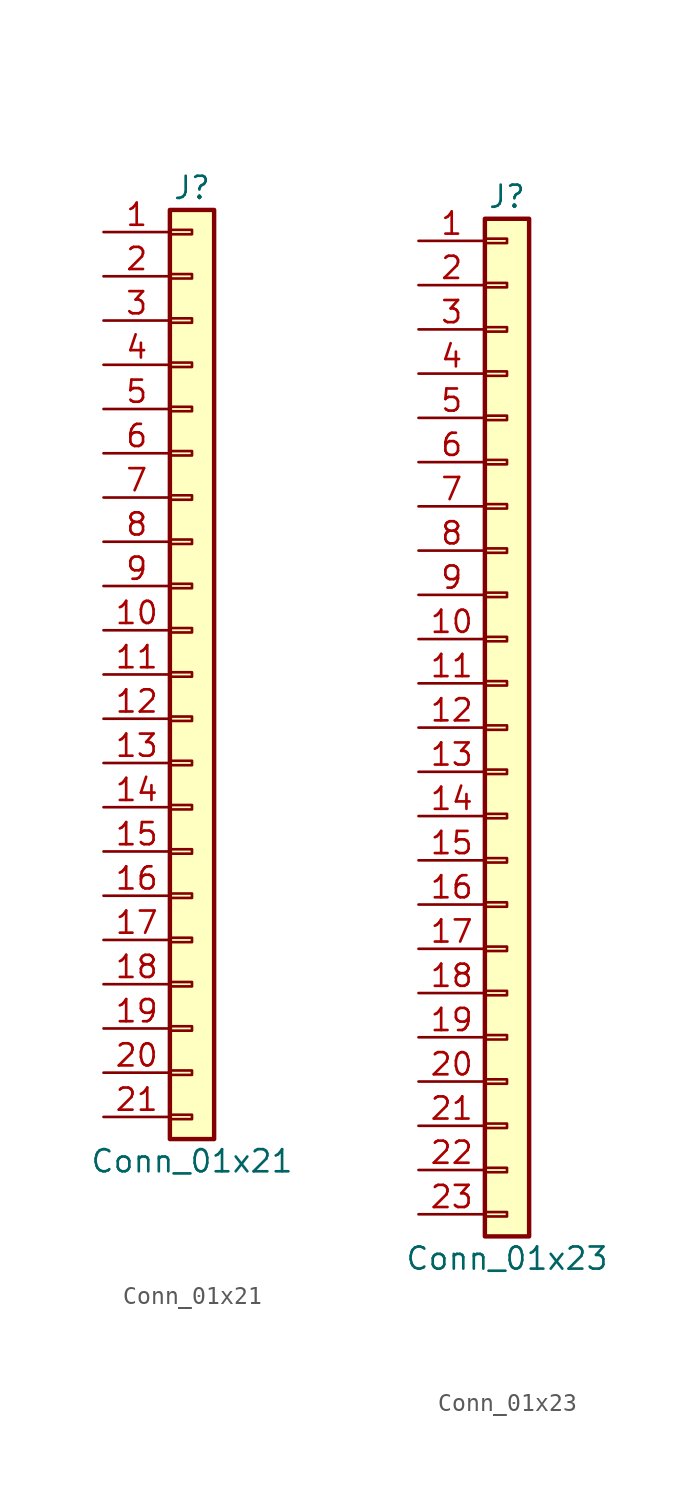
<source format=kicad_sym>
(kicad_symbol_lib
  (version 20211014)
  (generator kicad_symbol_editor)
  (symbol "Conn_01x21"
    (pin_names
      (offset 1.016) hide)
    (property "Reference" "J"
      (at 0 27.94 0)
      (effects (font (size 1.27 1.27))))
    (property "Value" "Conn_01x21"
      (at 0 -27.94 0)
      (effects (font (size 1.27 1.27))))
    (symbol "Conn_01x21_1_1"
      (rectangle (start -1.27 -25.273) (end 0 -25.527) (stroke (width 0.152) (type default) (color 0 0 0 0)) (fill (type none)))
      (rectangle (start -1.27 -22.733) (end 0 -22.987) (stroke (width 0.152) (type default) (color 0 0 0 0)) (fill (type none)))
      (rectangle (start -1.27 -20.193) (end 0 -20.447) (stroke (width 0.152) (type default) (color 0 0 0 0)) (fill (type none)))
      (rectangle (start -1.27 -17.653) (end 0 -17.907) (stroke (width 0.152) (type default) (color 0 0 0 0)) (fill (type none)))
      (rectangle (start -1.27 -15.113) (end 0 -15.367) (stroke (width 0.152) (type default) (color 0 0 0 0)) (fill (type none)))
      (rectangle (start -1.27 -12.573) (end 0 -12.827) (stroke (width 0.152) (type default) (color 0 0 0 0)) (fill (type none)))
      (rectangle (start -1.27 -10.033) (end 0 -10.287) (stroke (width 0.152) (type default) (color 0 0 0 0)) (fill (type none)))
      (rectangle (start -1.27 -7.493) (end 0 -7.747) (stroke (width 0.152) (type default) (color 0 0 0 0)) (fill (type none)))
      (rectangle (start -1.27 -4.953) (end 0 -5.207) (stroke (width 0.152) (type default) (color 0 0 0 0)) (fill (type none)))
      (rectangle (start -1.27 -2.413) (end 0 -2.667) (stroke (width 0.152) (type default) (color 0 0 0 0)) (fill (type none)))
      (rectangle (start -1.27 0.127) (end 0 -0.127) (stroke (width 0.152) (type default) (color 0 0 0 0)) (fill (type none)))
      (rectangle (start -1.27 2.667) (end 0 2.413) (stroke (width 0.152) (type default) (color 0 0 0 0)) (fill (type none)))
      (rectangle (start -1.27 5.207) (end 0 4.953) (stroke (width 0.152) (type default) (color 0 0 0 0)) (fill (type none)))
      (rectangle (start -1.27 7.747) (end 0 7.493) (stroke (width 0.152) (type default) (color 0 0 0 0)) (fill (type none)))
      (rectangle (start -1.27 10.287) (end 0 10.033) (stroke (width 0.152) (type default) (color 0 0 0 0)) (fill (type none)))
      (rectangle (start -1.27 12.827) (end 0 12.573) (stroke (width 0.152) (type default) (color 0 0 0 0)) (fill (type none)))
      (rectangle (start -1.27 15.367) (end 0 15.113) (stroke (width 0.152) (type default) (color 0 0 0 0)) (fill (type none)))
      (rectangle (start -1.27 17.907) (end 0 17.653) (stroke (width 0.152) (type default) (color 0 0 0 0)) (fill (type none)))
      (rectangle (start -1.27 20.447) (end 0 20.193) (stroke (width 0.152) (type default) (color 0 0 0 0)) (fill (type none)))
      (rectangle (start -1.27 22.987) (end 0 22.733) (stroke (width 0.152) (type default) (color 0 0 0 0)) (fill (type none)))
      (rectangle (start -1.27 25.527) (end 0 25.273) (stroke (width 0.152) (type default) (color 0 0 0 0)) (fill (type none)))
      (rectangle (start -1.27 26.67) (end 1.27 -26.67) (stroke (width 0.254) (type default) (color 0 0 0 0)) (fill (type background)))
      (pin passive line (at -5.08 25.4 0) (length 3.81) (name "Pin_1" (effects (font (size 1.27 1.27)))) (number "1" (effects (font (size 1.27 1.27)))))
      (pin passive line (at -5.08 2.54 0) (length 3.81) (name "Pin_10" (effects (font (size 1.27 1.27)))) (number "10" (effects (font (size 1.27 1.27)))))
      (pin passive line (at -5.08 0 0) (length 3.81) (name "Pin_11" (effects (font (size 1.27 1.27)))) (number "11" (effects (font (size 1.27 1.27)))))
      (pin passive line (at -5.08 -2.54 0) (length 3.81) (name "Pin_12" (effects (font (size 1.27 1.27)))) (number "12" (effects (font (size 1.27 1.27)))))
      (pin passive line (at -5.08 -5.08 0) (length 3.81) (name "Pin_13" (effects (font (size 1.27 1.27)))) (number "13" (effects (font (size 1.27 1.27)))))
      (pin passive line (at -5.08 -7.62 0) (length 3.81) (name "Pin_14" (effects (font (size 1.27 1.27)))) (number "14" (effects (font (size 1.27 1.27)))))
      (pin passive line (at -5.08 -10.16 0) (length 3.81) (name "Pin_15" (effects (font (size 1.27 1.27)))) (number "15" (effects (font (size 1.27 1.27)))))
      (pin passive line (at -5.08 -12.7 0) (length 3.81) (name "Pin_16" (effects (font (size 1.27 1.27)))) (number "16" (effects (font (size 1.27 1.27)))))
      (pin passive line (at -5.08 -15.24 0) (length 3.81) (name "Pin_17" (effects (font (size 1.27 1.27)))) (number "17" (effects (font (size 1.27 1.27)))))
      (pin passive line (at -5.08 -17.78 0) (length 3.81) (name "Pin_18" (effects (font (size 1.27 1.27)))) (number "18" (effects (font (size 1.27 1.27)))))
      (pin passive line (at -5.08 -20.32 0) (length 3.81) (name "Pin_19" (effects (font (size 1.27 1.27)))) (number "19" (effects (font (size 1.27 1.27)))))
      (pin passive line (at -5.08 22.86 0) (length 3.81) (name "Pin_2" (effects (font (size 1.27 1.27)))) (number "2" (effects (font (size 1.27 1.27)))))
      (pin passive line (at -5.08 -22.86 0) (length 3.81) (name "Pin_20" (effects (font (size 1.27 1.27)))) (number "20" (effects (font (size 1.27 1.27)))))
      (pin passive line (at -5.08 -25.4 0) (length 3.81) (name "Pin_21" (effects (font (size 1.27 1.27)))) (number "21" (effects (font (size 1.27 1.27)))))
      (pin passive line (at -5.08 20.32 0) (length 3.81) (name "Pin_3" (effects (font (size 1.27 1.27)))) (number "3" (effects (font (size 1.27 1.27)))))
      (pin passive line (at -5.08 17.78 0) (length 3.81) (name "Pin_4" (effects (font (size 1.27 1.27)))) (number "4" (effects (font (size 1.27 1.27)))))
      (pin passive line (at -5.08 15.24 0) (length 3.81) (name "Pin_5" (effects (font (size 1.27 1.27)))) (number "5" (effects (font (size 1.27 1.27)))))
      (pin passive line (at -5.08 12.7 0) (length 3.81) (name "Pin_6" (effects (font (size 1.27 1.27)))) (number "6" (effects (font (size 1.27 1.27)))))
      (pin passive line (at -5.08 10.16 0) (length 3.81) (name "Pin_7" (effects (font (size 1.27 1.27)))) (number "7" (effects (font (size 1.27 1.27)))))
      (pin passive line (at -5.08 7.62 0) (length 3.81) (name "Pin_8" (effects (font (size 1.27 1.27)))) (number "8" (effects (font (size 1.27 1.27)))))
      (pin passive line (at -5.08 5.08 0) (length 3.81) (name "Pin_9" (effects (font (size 1.27 1.27)))) (number "9" (effects (font (size 1.27 1.27)))))))
  (symbol "Conn_01x23"
    (pin_names
      (offset 1.016) hide)
    (property "Reference" "J"
      (at 0 30.48 0)
      (effects (font (size 1.27 1.27))))
    (property "Value" "Conn_01x23"
      (at 0 -30.48 0)
      (effects (font (size 1.27 1.27))))
    (symbol "Conn_01x23_1_1"
      (rectangle (start -1.27 -27.813) (end 0 -28.067) (stroke (width 0.152) (type default) (color 0 0 0 0)) (fill (type none)))
      (rectangle (start -1.27 -25.273) (end 0 -25.527) (stroke (width 0.152) (type default) (color 0 0 0 0)) (fill (type none)))
      (rectangle (start -1.27 -22.733) (end 0 -22.987) (stroke (width 0.152) (type default) (color 0 0 0 0)) (fill (type none)))
      (rectangle (start -1.27 -20.193) (end 0 -20.447) (stroke (width 0.152) (type default) (color 0 0 0 0)) (fill (type none)))
      (rectangle (start -1.27 -17.653) (end 0 -17.907) (stroke (width 0.152) (type default) (color 0 0 0 0)) (fill (type none)))
      (rectangle (start -1.27 -15.113) (end 0 -15.367) (stroke (width 0.152) (type default) (color 0 0 0 0)) (fill (type none)))
      (rectangle (start -1.27 -12.573) (end 0 -12.827) (stroke (width 0.152) (type default) (color 0 0 0 0)) (fill (type none)))
      (rectangle (start -1.27 -10.033) (end 0 -10.287) (stroke (width 0.152) (type default) (color 0 0 0 0)) (fill (type none)))
      (rectangle (start -1.27 -7.493) (end 0 -7.747) (stroke (width 0.152) (type default) (color 0 0 0 0)) (fill (type none)))
      (rectangle (start -1.27 -4.953) (end 0 -5.207) (stroke (width 0.152) (type default) (color 0 0 0 0)) (fill (type none)))
      (rectangle (start -1.27 -2.413) (end 0 -2.667) (stroke (width 0.152) (type default) (color 0 0 0 0)) (fill (type none)))
      (rectangle (start -1.27 0.127) (end 0 -0.127) (stroke (width 0.152) (type default) (color 0 0 0 0)) (fill (type none)))
      (rectangle (start -1.27 2.667) (end 0 2.413) (stroke (width 0.152) (type default) (color 0 0 0 0)) (fill (type none)))
      (rectangle (start -1.27 5.207) (end 0 4.953) (stroke (width 0.152) (type default) (color 0 0 0 0)) (fill (type none)))
      (rectangle (start -1.27 7.747) (end 0 7.493) (stroke (width 0.152) (type default) (color 0 0 0 0)) (fill (type none)))
      (rectangle (start -1.27 10.287) (end 0 10.033) (stroke (width 0.152) (type default) (color 0 0 0 0)) (fill (type none)))
      (rectangle (start -1.27 12.827) (end 0 12.573) (stroke (width 0.152) (type default) (color 0 0 0 0)) (fill (type none)))
      (rectangle (start -1.27 15.367) (end 0 15.113) (stroke (width 0.152) (type default) (color 0 0 0 0)) (fill (type none)))
      (rectangle (start -1.27 17.907) (end 0 17.653) (stroke (width 0.152) (type default) (color 0 0 0 0)) (fill (type none)))
      (rectangle (start -1.27 20.447) (end 0 20.193) (stroke (width 0.152) (type default) (color 0 0 0 0)) (fill (type none)))
      (rectangle (start -1.27 22.987) (end 0 22.733) (stroke (width 0.152) (type default) (color 0 0 0 0)) (fill (type none)))
      (rectangle (start -1.27 25.527) (end 0 25.273) (stroke (width 0.152) (type default) (color 0 0 0 0)) (fill (type none)))
      (rectangle (start -1.27 28.067) (end 0 27.813) (stroke (width 0.152) (type default) (color 0 0 0 0)) (fill (type none)))
      (rectangle (start -1.27 29.21) (end 1.27 -29.21) (stroke (width 0.254) (type default) (color 0 0 0 0)) (fill (type background)))
      (pin passive line (at -5.08 27.94 0) (length 3.81) (name "Pin_1" (effects (font (size 1.27 1.27)))) (number "1" (effects (font (size 1.27 1.27)))))
      (pin passive line (at -5.08 5.08 0) (length 3.81) (name "Pin_10" (effects (font (size 1.27 1.27)))) (number "10" (effects (font (size 1.27 1.27)))))
      (pin passive line (at -5.08 2.54 0) (length 3.81) (name "Pin_11" (effects (font (size 1.27 1.27)))) (number "11" (effects (font (size 1.27 1.27)))))
      (pin passive line (at -5.08 0 0) (length 3.81) (name "Pin_12" (effects (font (size 1.27 1.27)))) (number "12" (effects (font (size 1.27 1.27)))))
      (pin passive line (at -5.08 -2.54 0) (length 3.81) (name "Pin_13" (effects (font (size 1.27 1.27)))) (number "13" (effects (font (size 1.27 1.27)))))
      (pin passive line (at -5.08 -5.08 0) (length 3.81) (name "Pin_14" (effects (font (size 1.27 1.27)))) (number "14" (effects (font (size 1.27 1.27)))))
      (pin passive line (at -5.08 -7.62 0) (length 3.81) (name "Pin_15" (effects (font (size 1.27 1.27)))) (number "15" (effects (font (size 1.27 1.27)))))
      (pin passive line (at -5.08 -10.16 0) (length 3.81) (name "Pin_16" (effects (font (size 1.27 1.27)))) (number "16" (effects (font (size 1.27 1.27)))))
      (pin passive line (at -5.08 -12.7 0) (length 3.81) (name "Pin_17" (effects (font (size 1.27 1.27)))) (number "17" (effects (font (size 1.27 1.27)))))
      (pin passive line (at -5.08 -15.24 0) (length 3.81) (name "Pin_18" (effects (font (size 1.27 1.27)))) (number "18" (effects (font (size 1.27 1.27)))))
      (pin passive line (at -5.08 -17.78 0) (length 3.81) (name "Pin_19" (effects (font (size 1.27 1.27)))) (number "19" (effects (font (size 1.27 1.27)))))
      (pin passive line (at -5.08 25.4 0) (length 3.81) (name "Pin_2" (effects (font (size 1.27 1.27)))) (number "2" (effects (font (size 1.27 1.27)))))
      (pin passive line (at -5.08 -20.32 0) (length 3.81) (name "Pin_20" (effects (font (size 1.27 1.27)))) (number "20" (effects (font (size 1.27 1.27)))))
      (pin passive line (at -5.08 -22.86 0) (length 3.81) (name "Pin_21" (effects (font (size 1.27 1.27)))) (number "21" (effects (font (size 1.27 1.27)))))
      (pin passive line (at -5.08 -25.4 0) (length 3.81) (name "Pin_22" (effects (font (size 1.27 1.27)))) (number "22" (effects (font (size 1.27 1.27)))))
      (pin passive line (at -5.08 -27.94 0) (length 3.81) (name "Pin_23" (effects (font (size 1.27 1.27)))) (number "23" (effects (font (size 1.27 1.27)))))
      (pin passive line (at -5.08 22.86 0) (length 3.81) (name "Pin_3" (effects (font (size 1.27 1.27)))) (number "3" (effects (font (size 1.27 1.27)))))
      (pin passive line (at -5.08 20.32 0) (length 3.81) (name "Pin_4" (effects (font (size 1.27 1.27)))) (number "4" (effects (font (size 1.27 1.27)))))
      (pin passive line (at -5.08 17.78 0) (length 3.81) (name "Pin_5" (effects (font (size 1.27 1.27)))) (number "5" (effects (font (size 1.27 1.27)))))
      (pin passive line (at -5.08 15.24 0) (length 3.81) (name "Pin_6" (effects (font (size 1.27 1.27)))) (number "6" (effects (font (size 1.27 1.27)))))
      (pin passive line (at -5.08 12.7 0) (length 3.81) (name "Pin_7" (effects (font (size 1.27 1.27)))) (number "7" (effects (font (size 1.27 1.27)))))
      (pin passive line (at -5.08 10.16 0) (length 3.81) (name "Pin_8" (effects (font (size 1.27 1.27)))) (number "8" (effects (font (size 1.27 1.27)))))
      (pin passive line (at -5.08 7.62 0) (length 3.81) (name "Pin_9" (effects (font (size 1.27 1.27)))) (number "9" (effects (font (size 1.27 1.27))))))))
</source>
